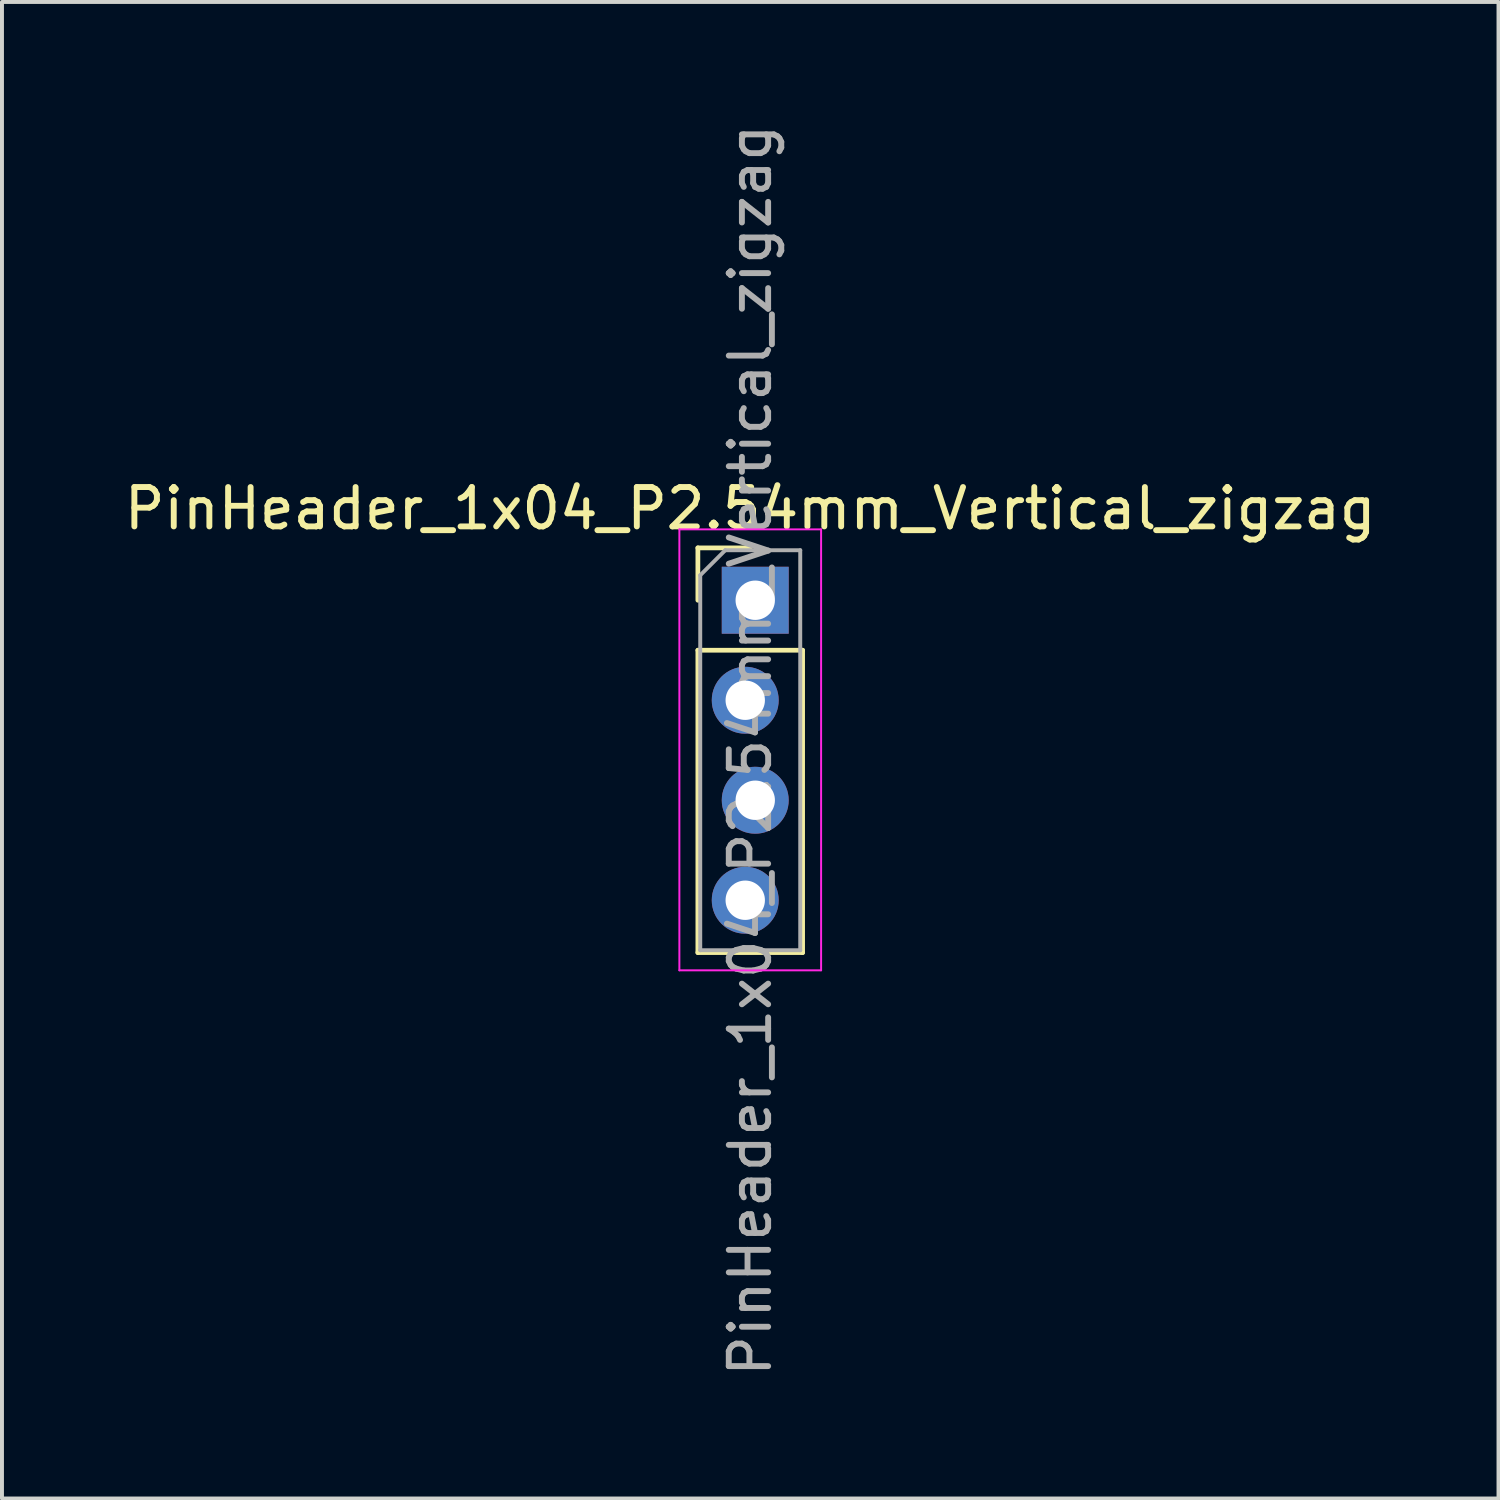
<source format=kicad_pcb>
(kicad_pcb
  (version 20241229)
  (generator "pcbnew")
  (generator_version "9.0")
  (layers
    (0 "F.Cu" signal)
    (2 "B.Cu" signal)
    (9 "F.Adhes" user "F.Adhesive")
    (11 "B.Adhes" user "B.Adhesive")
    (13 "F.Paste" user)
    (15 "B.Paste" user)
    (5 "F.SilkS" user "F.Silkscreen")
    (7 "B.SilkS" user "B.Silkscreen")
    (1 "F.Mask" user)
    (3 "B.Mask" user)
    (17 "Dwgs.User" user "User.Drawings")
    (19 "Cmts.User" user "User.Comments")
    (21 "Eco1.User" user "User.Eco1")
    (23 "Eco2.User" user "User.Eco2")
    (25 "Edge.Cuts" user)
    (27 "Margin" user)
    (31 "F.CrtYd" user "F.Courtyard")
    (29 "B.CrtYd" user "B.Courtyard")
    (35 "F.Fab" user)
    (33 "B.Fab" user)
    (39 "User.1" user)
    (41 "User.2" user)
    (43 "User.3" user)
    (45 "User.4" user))
  (footprint "PinHeader_1x04_P2.54mm_Vertical_zigzag"
    (layer "F.Cu")
    (at 16.006 12.196)
    (property "Reference" "PinHeader_1x04_P2.54mm_Vertical_zigzag" (at 0 -2.33 0) (layer "F.SilkS") (effects (font (size 1 1) (thickness 0.15))))
    (attr through_hole)
    (fp_line (start -1.33 -1.33) (end 0 -1.33) (stroke (width 0.12) (type solid)) (layer "F.SilkS"))
    (fp_line (start -1.33 0) (end -1.33 -1.33) (stroke (width 0.12) (type solid)) (layer "F.SilkS"))
    (fp_line (start -1.33 1.27) (end -1.33 8.95) (stroke (width 0.12) (type solid)) (layer "F.SilkS"))
    (fp_line (start -1.33 1.27) (end 1.33 1.27) (stroke (width 0.12) (type solid)) (layer "F.SilkS"))
    (fp_line (start -1.33 8.95) (end 1.33 8.95) (stroke (width 0.12) (type solid)) (layer "F.SilkS"))
    (fp_line (start 1.33 1.27) (end 1.33 8.95) (stroke (width 0.12) (type solid)) (layer "F.SilkS"))
    (fp_line (start -1.8 -1.8) (end -1.8 9.4) (stroke (width 0.05) (type solid)) (layer "F.CrtYd"))
    (fp_line (start -1.8 9.4) (end 1.8 9.4) (stroke (width 0.05) (type solid)) (layer "F.CrtYd"))
    (fp_line (start 1.8 -1.8) (end -1.8 -1.8) (stroke (width 0.05) (type solid)) (layer "F.CrtYd"))
    (fp_line (start 1.8 9.4) (end 1.8 -1.8) (stroke (width 0.05) (type solid)) (layer "F.CrtYd"))
    (fp_line (start -1.27 -0.635) (end -0.635 -1.27) (stroke (width 0.1) (type solid)) (layer "F.Fab"))
    (fp_line (start -1.27 8.89) (end -1.27 -0.635) (stroke (width 0.1) (type solid)) (layer "F.Fab"))
    (fp_line (start -0.635 -1.27) (end 1.27 -1.27) (stroke (width 0.1) (type solid)) (layer "F.Fab"))
    (fp_line (start 1.27 -1.27) (end 1.27 8.89) (stroke (width 0.1) (type solid)) (layer "F.Fab"))
    (fp_line (start 1.27 8.89) (end -1.27 8.89) (stroke (width 0.1) (type solid)) (layer "F.Fab"))
    (fp_text user "${REFERENCE}" (at 0 3.81 90) (layer "F.Fab") (effects (font (size 1 1) (thickness 0.15))))
    (pad "1" thru_hole rect (at 0.127 0) (size 1.7 1.7) (drill 1) (layers "*.Cu" "*.Mask"))
    (pad "2" thru_hole oval (at -0.127 2.54) (size 1.7 1.7) (drill 1) (layers "*.Cu" "*.Mask"))
    (pad "3" thru_hole oval (at 0.127 5.08) (size 1.7 1.7) (drill 1) (layers "*.Cu" "*.Mask"))
    (pad "4" thru_hole oval (at -0.127 7.62) (size 1.7 1.7) (drill 1) (layers "*.Cu" "*.Mask")))
  (gr_rect
    (start -3 -3)
    (end 35.012 35.012)
    (stroke (width 0.1) (type default))
    (fill no)
    (layer "Edge.Cuts")))
</source>
